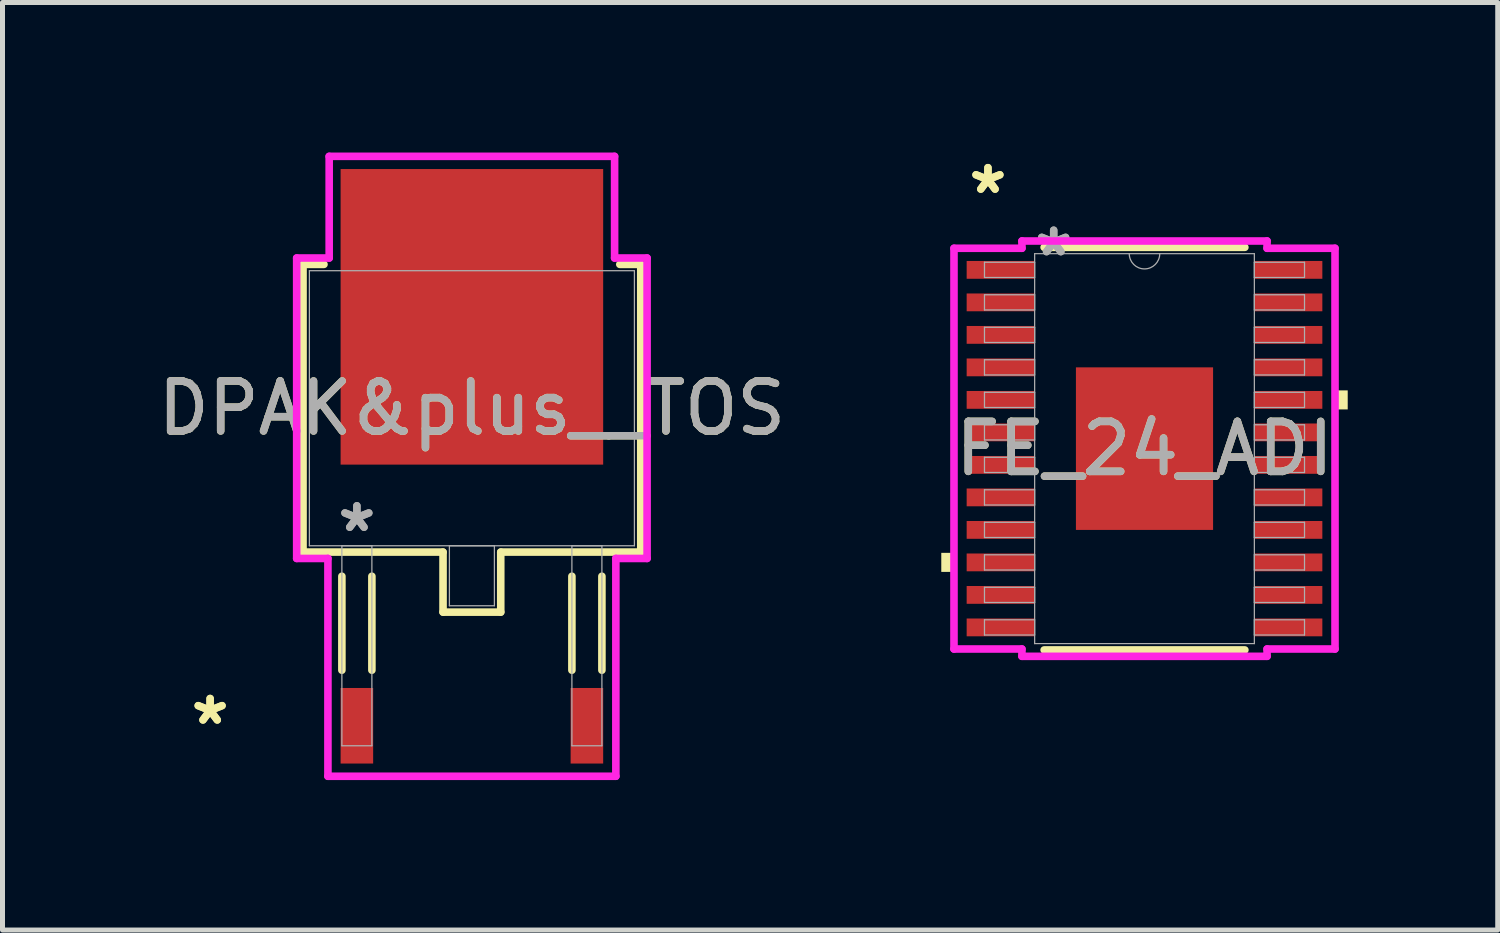
<source format=kicad_pcb>
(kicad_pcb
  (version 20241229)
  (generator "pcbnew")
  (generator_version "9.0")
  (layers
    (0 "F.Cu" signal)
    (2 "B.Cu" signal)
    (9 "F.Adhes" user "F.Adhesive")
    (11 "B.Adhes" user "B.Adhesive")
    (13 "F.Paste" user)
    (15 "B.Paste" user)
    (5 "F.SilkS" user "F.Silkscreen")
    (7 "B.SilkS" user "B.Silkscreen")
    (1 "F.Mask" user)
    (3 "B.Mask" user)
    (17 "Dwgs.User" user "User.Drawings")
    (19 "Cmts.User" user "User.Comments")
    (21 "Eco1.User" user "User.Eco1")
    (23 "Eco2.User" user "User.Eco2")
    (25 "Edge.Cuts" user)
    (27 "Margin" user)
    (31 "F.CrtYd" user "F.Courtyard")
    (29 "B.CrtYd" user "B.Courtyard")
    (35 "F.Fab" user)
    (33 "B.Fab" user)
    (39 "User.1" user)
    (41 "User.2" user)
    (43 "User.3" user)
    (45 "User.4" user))
  (footprint "FE_24_ADI"
    (layer "F.Cu")
    (at 19.838 5.922)
    (property "Reference" "FE_24_ADI" (at 0 0 0) (unlocked yes) (layer "F.SilkS") (effects (font (size 1 1) (thickness 0.15))))
    (attr smd)
    (fp_line (start -2.007 4.026) (end 2.007 4.026) (stroke (width 0.152) (type solid)) (layer "F.SilkS"))
    (fp_line (start 2.007 -4.026) (end -2.007 -4.026) (stroke (width 0.152) (type solid)) (layer "F.SilkS"))
    (fp_poly (pts (xy -4.064 2.084) (xy -4.064 2.465) (xy -3.81 2.465) (xy -3.81 2.084)) (stroke (width 0) (type solid)) (fill yes) (layer "F.SilkS"))
    (fp_poly (pts (xy 4.064 -1.165) (xy 4.064 -0.784) (xy 3.81 -0.784) (xy 3.81 -1.165)) (stroke (width 0) (type solid)) (fill yes) (layer "F.SilkS"))
    (fp_poly (pts (xy -1.272 -1.526) (xy -1.272 -0.1) (xy -0.1 -0.1) (xy -0.1 -1.526)) (stroke (width 0) (type solid)) (fill yes) (layer "F.Paste"))
    (fp_poly (pts (xy -1.272 0.1) (xy -1.272 1.526) (xy -0.1 1.526) (xy -0.1 0.1)) (stroke (width 0) (type solid)) (fill yes) (layer "F.Paste"))
    (fp_poly (pts (xy 0.1 -1.526) (xy 0.1 -0.1) (xy 1.272 -0.1) (xy 1.272 -1.526)) (stroke (width 0) (type solid)) (fill yes) (layer "F.Paste"))
    (fp_poly (pts (xy 0.1 0.1) (xy 0.1 1.526) (xy 1.272 1.526) (xy 1.272 0.1)) (stroke (width 0) (type solid)) (fill yes) (layer "F.Paste"))
    (fp_line (start -3.81 -4.007) (end -2.451 -4.007) (stroke (width 0.152) (type solid)) (layer "F.CrtYd"))
    (fp_line (start -3.81 4.007) (end -3.81 -4.007) (stroke (width 0.152) (type solid)) (layer "F.CrtYd"))
    (fp_line (start -3.81 4.007) (end -2.451 4.007) (stroke (width 0.152) (type solid)) (layer "F.CrtYd"))
    (fp_line (start -2.451 -4.153) (end 2.451 -4.153) (stroke (width 0.152) (type solid)) (layer "F.CrtYd"))
    (fp_line (start -2.451 -4.007) (end -2.451 -4.153) (stroke (width 0.152) (type solid)) (layer "F.CrtYd"))
    (fp_line (start -2.451 4.153) (end -2.451 4.007) (stroke (width 0.152) (type solid)) (layer "F.CrtYd"))
    (fp_line (start 2.451 -4.153) (end 2.451 -4.007) (stroke (width 0.152) (type solid)) (layer "F.CrtYd"))
    (fp_line (start 2.451 4.007) (end 2.451 4.153) (stroke (width 0.152) (type solid)) (layer "F.CrtYd"))
    (fp_line (start 2.451 4.153) (end -2.451 4.153) (stroke (width 0.152) (type solid)) (layer "F.CrtYd"))
    (fp_line (start 3.81 -4.007) (end 2.451 -4.007) (stroke (width 0.152) (type solid)) (layer "F.CrtYd"))
    (fp_line (start 3.81 -4.007) (end 3.81 4.007) (stroke (width 0.152) (type solid)) (layer "F.CrtYd"))
    (fp_line (start 3.81 4.007) (end 2.451 4.007) (stroke (width 0.152) (type solid)) (layer "F.CrtYd"))
    (fp_line (start -3.2 -3.727) (end -3.2 -3.423) (stroke (width 0.025) (type solid)) (layer "F.Fab"))
    (fp_line (start -3.2 -3.423) (end -2.197 -3.423) (stroke (width 0.025) (type solid)) (layer "F.Fab"))
    (fp_line (start -3.2 -3.077) (end -3.2 -2.773) (stroke (width 0.025) (type solid)) (layer "F.Fab"))
    (fp_line (start -3.2 -2.773) (end -2.197 -2.773) (stroke (width 0.025) (type solid)) (layer "F.Fab"))
    (fp_line (start -3.2 -2.427) (end -3.2 -2.123) (stroke (width 0.025) (type solid)) (layer "F.Fab"))
    (fp_line (start -3.2 -2.123) (end -2.197 -2.123) (stroke (width 0.025) (type solid)) (layer "F.Fab"))
    (fp_line (start -3.2 -1.777) (end -3.2 -1.473) (stroke (width 0.025) (type solid)) (layer "F.Fab"))
    (fp_line (start -3.2 -1.473) (end -2.197 -1.473) (stroke (width 0.025) (type solid)) (layer "F.Fab"))
    (fp_line (start -3.2 -1.127) (end -3.2 -0.823) (stroke (width 0.025) (type solid)) (layer "F.Fab"))
    (fp_line (start -3.2 -0.823) (end -2.197 -0.823) (stroke (width 0.025) (type solid)) (layer "F.Fab"))
    (fp_line (start -3.2 -0.477) (end -3.2 -0.173) (stroke (width 0.025) (type solid)) (layer "F.Fab"))
    (fp_line (start -3.2 -0.173) (end -2.197 -0.173) (stroke (width 0.025) (type solid)) (layer "F.Fab"))
    (fp_line (start -3.2 0.173) (end -3.2 0.477) (stroke (width 0.025) (type solid)) (layer "F.Fab"))
    (fp_line (start -3.2 0.477) (end -2.197 0.477) (stroke (width 0.025) (type solid)) (layer "F.Fab"))
    (fp_line (start -3.2 0.823) (end -3.2 1.127) (stroke (width 0.025) (type solid)) (layer "F.Fab"))
    (fp_line (start -3.2 1.127) (end -2.197 1.127) (stroke (width 0.025) (type solid)) (layer "F.Fab"))
    (fp_line (start -3.2 1.473) (end -3.2 1.777) (stroke (width 0.025) (type solid)) (layer "F.Fab"))
    (fp_line (start -3.2 1.777) (end -2.197 1.777) (stroke (width 0.025) (type solid)) (layer "F.Fab"))
    (fp_line (start -3.2 2.123) (end -3.2 2.427) (stroke (width 0.025) (type solid)) (layer "F.Fab"))
    (fp_line (start -3.2 2.427) (end -2.197 2.427) (stroke (width 0.025) (type solid)) (layer "F.Fab"))
    (fp_line (start -3.2 2.773) (end -3.2 3.077) (stroke (width 0.025) (type solid)) (layer "F.Fab"))
    (fp_line (start -3.2 3.077) (end -2.197 3.077) (stroke (width 0.025) (type solid)) (layer "F.Fab"))
    (fp_line (start -3.2 3.423) (end -3.2 3.727) (stroke (width 0.025) (type solid)) (layer "F.Fab"))
    (fp_line (start -3.2 3.727) (end -2.197 3.727) (stroke (width 0.025) (type solid)) (layer "F.Fab"))
    (fp_line (start -2.197 -3.899) (end -2.197 3.899) (stroke (width 0.025) (type solid)) (layer "F.Fab"))
    (fp_line (start -2.197 -3.727) (end -3.2 -3.727) (stroke (width 0.025) (type solid)) (layer "F.Fab"))
    (fp_line (start -2.197 -3.423) (end -2.197 -3.727) (stroke (width 0.025) (type solid)) (layer "F.Fab"))
    (fp_line (start -2.197 -3.077) (end -3.2 -3.077) (stroke (width 0.025) (type solid)) (layer "F.Fab"))
    (fp_line (start -2.197 -2.773) (end -2.197 -3.077) (stroke (width 0.025) (type solid)) (layer "F.Fab"))
    (fp_line (start -2.197 -2.427) (end -3.2 -2.427) (stroke (width 0.025) (type solid)) (layer "F.Fab"))
    (fp_line (start -2.197 -2.123) (end -2.197 -2.427) (stroke (width 0.025) (type solid)) (layer "F.Fab"))
    (fp_line (start -2.197 -1.777) (end -3.2 -1.777) (stroke (width 0.025) (type solid)) (layer "F.Fab"))
    (fp_line (start -2.197 -1.473) (end -2.197 -1.777) (stroke (width 0.025) (type solid)) (layer "F.Fab"))
    (fp_line (start -2.197 -1.127) (end -3.2 -1.127) (stroke (width 0.025) (type solid)) (layer "F.Fab"))
    (fp_line (start -2.197 -0.823) (end -2.197 -1.127) (stroke (width 0.025) (type solid)) (layer "F.Fab"))
    (fp_line (start -2.197 -0.477) (end -3.2 -0.477) (stroke (width 0.025) (type solid)) (layer "F.Fab"))
    (fp_line (start -2.197 -0.173) (end -2.197 -0.477) (stroke (width 0.025) (type solid)) (layer "F.Fab"))
    (fp_line (start -2.197 0.173) (end -3.2 0.173) (stroke (width 0.025) (type solid)) (layer "F.Fab"))
    (fp_line (start -2.197 0.477) (end -2.197 0.173) (stroke (width 0.025) (type solid)) (layer "F.Fab"))
    (fp_line (start -2.197 0.823) (end -3.2 0.823) (stroke (width 0.025) (type solid)) (layer "F.Fab"))
    (fp_line (start -2.197 1.127) (end -2.197 0.823) (stroke (width 0.025) (type solid)) (layer "F.Fab"))
    (fp_line (start -2.197 1.473) (end -3.2 1.473) (stroke (width 0.025) (type solid)) (layer "F.Fab"))
    (fp_line (start -2.197 1.777) (end -2.197 1.473) (stroke (width 0.025) (type solid)) (layer "F.Fab"))
    (fp_line (start -2.197 2.123) (end -3.2 2.123) (stroke (width 0.025) (type solid)) (layer "F.Fab"))
    (fp_line (start -2.197 2.427) (end -2.197 2.123) (stroke (width 0.025) (type solid)) (layer "F.Fab"))
    (fp_line (start -2.197 2.773) (end -3.2 2.773) (stroke (width 0.025) (type solid)) (layer "F.Fab"))
    (fp_line (start -2.197 3.077) (end -2.197 2.773) (stroke (width 0.025) (type solid)) (layer "F.Fab"))
    (fp_line (start -2.197 3.423) (end -3.2 3.423) (stroke (width 0.025) (type solid)) (layer "F.Fab"))
    (fp_line (start -2.197 3.727) (end -2.197 3.423) (stroke (width 0.025) (type solid)) (layer "F.Fab"))
    (fp_line (start -2.197 3.899) (end 2.197 3.899) (stroke (width 0.025) (type solid)) (layer "F.Fab"))
    (fp_line (start 2.197 -3.899) (end -2.197 -3.899) (stroke (width 0.025) (type solid)) (layer "F.Fab"))
    (fp_line (start 2.197 -3.727) (end 2.197 -3.423) (stroke (width 0.025) (type solid)) (layer "F.Fab"))
    (fp_line (start 2.197 -3.423) (end 3.2 -3.423) (stroke (width 0.025) (type solid)) (layer "F.Fab"))
    (fp_line (start 2.197 -3.077) (end 2.197 -2.773) (stroke (width 0.025) (type solid)) (layer "F.Fab"))
    (fp_line (start 2.197 -2.773) (end 3.2 -2.773) (stroke (width 0.025) (type solid)) (layer "F.Fab"))
    (fp_line (start 2.197 -2.427) (end 2.197 -2.123) (stroke (width 0.025) (type solid)) (layer "F.Fab"))
    (fp_line (start 2.197 -2.123) (end 3.2 -2.123) (stroke (width 0.025) (type solid)) (layer "F.Fab"))
    (fp_line (start 2.197 -1.777) (end 2.197 -1.473) (stroke (width 0.025) (type solid)) (layer "F.Fab"))
    (fp_line (start 2.197 -1.473) (end 3.2 -1.473) (stroke (width 0.025) (type solid)) (layer "F.Fab"))
    (fp_line (start 2.197 -1.127) (end 2.197 -0.823) (stroke (width 0.025) (type solid)) (layer "F.Fab"))
    (fp_line (start 2.197 -0.823) (end 3.2 -0.823) (stroke (width 0.025) (type solid)) (layer "F.Fab"))
    (fp_line (start 2.197 -0.477) (end 2.197 -0.173) (stroke (width 0.025) (type solid)) (layer "F.Fab"))
    (fp_line (start 2.197 -0.173) (end 3.2 -0.173) (stroke (width 0.025) (type solid)) (layer "F.Fab"))
    (fp_line (start 2.197 0.173) (end 2.197 0.477) (stroke (width 0.025) (type solid)) (layer "F.Fab"))
    (fp_line (start 2.197 0.477) (end 3.2 0.477) (stroke (width 0.025) (type solid)) (layer "F.Fab"))
    (fp_line (start 2.197 0.823) (end 2.197 1.127) (stroke (width 0.025) (type solid)) (layer "F.Fab"))
    (fp_line (start 2.197 1.127) (end 3.2 1.127) (stroke (width 0.025) (type solid)) (layer "F.Fab"))
    (fp_line (start 2.197 1.473) (end 2.197 1.777) (stroke (width 0.025) (type solid)) (layer "F.Fab"))
    (fp_line (start 2.197 1.777) (end 3.2 1.777) (stroke (width 0.025) (type solid)) (layer "F.Fab"))
    (fp_line (start 2.197 2.123) (end 2.197 2.427) (stroke (width 0.025) (type solid)) (layer "F.Fab"))
    (fp_line (start 2.197 2.427) (end 3.2 2.427) (stroke (width 0.025) (type solid)) (layer "F.Fab"))
    (fp_line (start 2.197 2.773) (end 2.197 3.077) (stroke (width 0.025) (type solid)) (layer "F.Fab"))
    (fp_line (start 2.197 3.077) (end 3.2 3.077) (stroke (width 0.025) (type solid)) (layer "F.Fab"))
    (fp_line (start 2.197 3.423) (end 2.197 3.727) (stroke (width 0.025) (type solid)) (layer "F.Fab"))
    (fp_line (start 2.197 3.727) (end 3.2 3.727) (stroke (width 0.025) (type solid)) (layer "F.Fab"))
    (fp_line (start 2.197 3.899) (end 2.197 -3.899) (stroke (width 0.025) (type solid)) (layer "F.Fab"))
    (fp_line (start 3.2 -3.727) (end 2.197 -3.727) (stroke (width 0.025) (type solid)) (layer "F.Fab"))
    (fp_line (start 3.2 -3.423) (end 3.2 -3.727) (stroke (width 0.025) (type solid)) (layer "F.Fab"))
    (fp_line (start 3.2 -3.077) (end 2.197 -3.077) (stroke (width 0.025) (type solid)) (layer "F.Fab"))
    (fp_line (start 3.2 -2.773) (end 3.2 -3.077) (stroke (width 0.025) (type solid)) (layer "F.Fab"))
    (fp_line (start 3.2 -2.427) (end 2.197 -2.427) (stroke (width 0.025) (type solid)) (layer "F.Fab"))
    (fp_line (start 3.2 -2.123) (end 3.2 -2.427) (stroke (width 0.025) (type solid)) (layer "F.Fab"))
    (fp_line (start 3.2 -1.777) (end 2.197 -1.777) (stroke (width 0.025) (type solid)) (layer "F.Fab"))
    (fp_line (start 3.2 -1.473) (end 3.2 -1.777) (stroke (width 0.025) (type solid)) (layer "F.Fab"))
    (fp_line (start 3.2 -1.127) (end 2.197 -1.127) (stroke (width 0.025) (type solid)) (layer "F.Fab"))
    (fp_line (start 3.2 -0.823) (end 3.2 -1.127) (stroke (width 0.025) (type solid)) (layer "F.Fab"))
    (fp_line (start 3.2 -0.477) (end 2.197 -0.477) (stroke (width 0.025) (type solid)) (layer "F.Fab"))
    (fp_line (start 3.2 -0.173) (end 3.2 -0.477) (stroke (width 0.025) (type solid)) (layer "F.Fab"))
    (fp_line (start 3.2 0.173) (end 2.197 0.173) (stroke (width 0.025) (type solid)) (layer "F.Fab"))
    (fp_line (start 3.2 0.477) (end 3.2 0.173) (stroke (width 0.025) (type solid)) (layer "F.Fab"))
    (fp_line (start 3.2 0.823) (end 2.197 0.823) (stroke (width 0.025) (type solid)) (layer "F.Fab"))
    (fp_line (start 3.2 1.127) (end 3.2 0.823) (stroke (width 0.025) (type solid)) (layer "F.Fab"))
    (fp_line (start 3.2 1.473) (end 2.197 1.473) (stroke (width 0.025) (type solid)) (layer "F.Fab"))
    (fp_line (start 3.2 1.777) (end 3.2 1.473) (stroke (width 0.025) (type solid)) (layer "F.Fab"))
    (fp_line (start 3.2 2.123) (end 2.197 2.123) (stroke (width 0.025) (type solid)) (layer "F.Fab"))
    (fp_line (start 3.2 2.427) (end 3.2 2.123) (stroke (width 0.025) (type solid)) (layer "F.Fab"))
    (fp_line (start 3.2 2.773) (end 2.197 2.773) (stroke (width 0.025) (type solid)) (layer "F.Fab"))
    (fp_line (start 3.2 3.077) (end 3.2 2.773) (stroke (width 0.025) (type solid)) (layer "F.Fab"))
    (fp_line (start 3.2 3.423) (end 2.197 3.423) (stroke (width 0.025) (type solid)) (layer "F.Fab"))
    (fp_line (start 3.2 3.727) (end 3.2 3.423) (stroke (width 0.025) (type solid)) (layer "F.Fab"))
    (fp_arc (start 0.3048 -3.8989) (mid 0 -3.5941) (end -0.3048 -3.8989) (stroke (width 0.0254) (type solid)) (layer "F.Fab"))
    (fp_text user "*" (at -3.131 -5.074 0) (unlocked yes) (layer "F.SilkS") (effects (font (size 1 1) (thickness 0.15))))
    (fp_text user "*" (at -3.131 -5.074 0) (layer "F.SilkS") (effects (font (size 1 1) (thickness 0.15))))
    (fp_text user "*" (at -1.816 -3.823 0) (layer "F.Fab") (effects (font (size 1 1) (thickness 0.15))))
    (fp_text user "${REFERENCE}" (at 0 0 0) (unlocked yes) (layer "F.Fab") (effects (font (size 1 1) (thickness 0.15))))
    (fp_text user "*" (at -1.816 -3.823 0) (unlocked yes) (layer "F.Fab") (effects (font (size 1 1) (thickness 0.15))))
    (pad "1" smd rect (at -2.877 -3.575) (size 1.359 0.356) (layers "F.Cu" "F.Mask" "F.Paste"))
    (pad "2" smd rect (at -2.877 -2.925) (size 1.359 0.356) (layers "F.Cu" "F.Mask" "F.Paste"))
    (pad "3" smd rect (at -2.877 -2.275) (size 1.359 0.356) (layers "F.Cu" "F.Mask" "F.Paste"))
    (pad "4" smd rect (at -2.877 -1.625) (size 1.359 0.356) (layers "F.Cu" "F.Mask" "F.Paste"))
    (pad "5" smd rect (at -2.877 -0.975) (size 1.359 0.356) (layers "F.Cu" "F.Mask" "F.Paste"))
    (pad "6" smd rect (at -2.877 -0.325) (size 1.359 0.356) (layers "F.Cu" "F.Mask" "F.Paste"))
    (pad "7" smd rect (at -2.877 0.325) (size 1.359 0.356) (layers "F.Cu" "F.Mask" "F.Paste"))
    (pad "8" smd rect (at -2.877 0.975) (size 1.359 0.356) (layers "F.Cu" "F.Mask" "F.Paste"))
    (pad "9" smd rect (at -2.877 1.625) (size 1.359 0.356) (layers "F.Cu" "F.Mask" "F.Paste"))
    (pad "10" smd rect (at -2.877 2.275) (size 1.359 0.356) (layers "F.Cu" "F.Mask" "F.Paste"))
    (pad "11" smd rect (at -2.877 2.925) (size 1.359 0.356) (layers "F.Cu" "F.Mask" "F.Paste"))
    (pad "12" smd rect (at -2.877 3.575) (size 1.359 0.356) (layers "F.Cu" "F.Mask" "F.Paste"))
    (pad "13" smd rect (at 2.877 3.575) (size 1.359 0.356) (layers "F.Cu" "F.Mask" "F.Paste"))
    (pad "14" smd rect (at 2.877 2.925) (size 1.359 0.356) (layers "F.Cu" "F.Mask" "F.Paste"))
    (pad "15" smd rect (at 2.877 2.275) (size 1.359 0.356) (layers "F.Cu" "F.Mask" "F.Paste"))
    (pad "16" smd rect (at 2.877 1.625) (size 1.359 0.356) (layers "F.Cu" "F.Mask" "F.Paste"))
    (pad "17" smd rect (at 2.877 0.975) (size 1.359 0.356) (layers "F.Cu" "F.Mask" "F.Paste"))
    (pad "18" smd rect (at 2.877 0.325) (size 1.359 0.356) (layers "F.Cu" "F.Mask" "F.Paste"))
    (pad "19" smd rect (at 2.877 -0.325) (size 1.359 0.356) (layers "F.Cu" "F.Mask" "F.Paste"))
    (pad "20" smd rect (at 2.877 -0.975) (size 1.359 0.356) (layers "F.Cu" "F.Mask" "F.Paste"))
    (pad "21" smd rect (at 2.877 -1.625) (size 1.359 0.356) (layers "F.Cu" "F.Mask" "F.Paste"))
    (pad "22" smd rect (at 2.877 -2.275) (size 1.359 0.356) (layers "F.Cu" "F.Mask" "F.Paste"))
    (pad "23" smd rect (at 2.877 -2.925) (size 1.359 0.356) (layers "F.Cu" "F.Mask" "F.Paste"))
    (pad "24" smd rect (at 2.877 -3.575) (size 1.359 0.356) (layers "F.Cu" "F.Mask" "F.Paste"))
    (pad "EPAD" smd rect (at 0 0) (size 2.743 3.251) (layers "F.Cu" "F.Mask")))
  (footprint "DPAK&plus__TOS"
    (layer "F.Cu")
    (at 6.387 5.114)
    (property "Reference" "DPAK&plus__TOS" (at 0 0 0) (unlocked yes) (layer "F.SilkS") (effects (font (size 1 1) (thickness 0.15))))
    (attr smd)
    (fp_line (start -3.377 -2.877) (end -3.377 2.877) (stroke (width 0.152) (type solid)) (layer "F.SilkS"))
    (fp_line (start -3.377 2.877) (end -0.577 2.877) (stroke (width 0.152) (type solid)) (layer "F.SilkS"))
    (fp_line (start -2.958 -2.877) (end -3.377 -2.877) (stroke (width 0.152) (type solid)) (layer "F.SilkS"))
    (fp_line (start -2.6 3.36) (end -2.6 5.239) (stroke (width 0.152) (type solid)) (layer "F.SilkS"))
    (fp_line (start -2 3.36) (end -2 5.239) (stroke (width 0.152) (type solid)) (layer "F.SilkS"))
    (fp_line (start -0.577 2.877) (end -0.577 4.077) (stroke (width 0.152) (type solid)) (layer "F.SilkS"))
    (fp_line (start -0.577 4.077) (end 0.577 4.077) (stroke (width 0.152) (type solid)) (layer "F.SilkS"))
    (fp_line (start 0.577 2.877) (end 3.377 2.877) (stroke (width 0.152) (type solid)) (layer "F.SilkS"))
    (fp_line (start 0.577 4.077) (end 0.577 2.877) (stroke (width 0.152) (type solid)) (layer "F.SilkS"))
    (fp_line (start 2 3.36) (end 2 5.239) (stroke (width 0.152) (type solid)) (layer "F.SilkS"))
    (fp_line (start 2.6 3.36) (end 2.6 5.239) (stroke (width 0.152) (type solid)) (layer "F.SilkS"))
    (fp_line (start 3.377 -2.877) (end 2.958 -2.877) (stroke (width 0.152) (type solid)) (layer "F.SilkS"))
    (fp_line (start 3.377 2.877) (end 3.377 -2.877) (stroke (width 0.152) (type solid)) (layer "F.SilkS"))
    (fp_line (start -3.504 -3.004) (end -2.854 -3.004) (stroke (width 0.152) (type solid)) (layer "F.CrtYd"))
    (fp_line (start -3.504 3.004) (end -3.504 -3.004) (stroke (width 0.152) (type solid)) (layer "F.CrtYd"))
    (fp_line (start -2.879 3.004) (end -3.504 3.004) (stroke (width 0.152) (type solid)) (layer "F.CrtYd"))
    (fp_line (start -2.879 7.36) (end -2.879 3.004) (stroke (width 0.152) (type solid)) (layer "F.CrtYd"))
    (fp_line (start -2.854 -5.037) (end 2.854 -5.037) (stroke (width 0.152) (type solid)) (layer "F.CrtYd"))
    (fp_line (start -2.854 -3.004) (end -2.854 -5.037) (stroke (width 0.152) (type solid)) (layer "F.CrtYd"))
    (fp_line (start 2.854 -5.037) (end 2.854 -3.004) (stroke (width 0.152) (type solid)) (layer "F.CrtYd"))
    (fp_line (start 2.854 -3.004) (end 3.504 -3.004) (stroke (width 0.152) (type solid)) (layer "F.CrtYd"))
    (fp_line (start 2.879 3.004) (end 2.879 7.36) (stroke (width 0.152) (type solid)) (layer "F.CrtYd"))
    (fp_line (start 2.879 7.36) (end -2.879 7.36) (stroke (width 0.152) (type solid)) (layer "F.CrtYd"))
    (fp_line (start 3.504 -3.004) (end 3.504 3.004) (stroke (width 0.152) (type solid)) (layer "F.CrtYd"))
    (fp_line (start 3.504 3.004) (end 2.879 3.004) (stroke (width 0.152) (type solid)) (layer "F.CrtYd"))
    (fp_line (start -3.25 -2.75) (end -3.25 2.75) (stroke (width 0.025) (type solid)) (layer "F.Fab"))
    (fp_line (start -3.25 2.75) (end 3.25 2.75) (stroke (width 0.025) (type solid)) (layer "F.Fab"))
    (fp_line (start -2.6 2.75) (end -2.6 6.75) (stroke (width 0.025) (type solid)) (layer "F.Fab"))
    (fp_line (start -2.6 6.75) (end -2 6.75) (stroke (width 0.025) (type solid)) (layer "F.Fab"))
    (fp_line (start -2 2.75) (end -2.6 2.75) (stroke (width 0.025) (type solid)) (layer "F.Fab"))
    (fp_line (start -2 6.75) (end -2 2.75) (stroke (width 0.025) (type solid)) (layer "F.Fab"))
    (fp_line (start -0.45 2.75) (end -0.45 3.95) (stroke (width 0.025) (type solid)) (layer "F.Fab"))
    (fp_line (start -0.45 3.95) (end 0.45 3.95) (stroke (width 0.025) (type solid)) (layer "F.Fab"))
    (fp_line (start 0.45 2.75) (end -0.45 2.75) (stroke (width 0.025) (type solid)) (layer "F.Fab"))
    (fp_line (start 0.45 3.95) (end 0.45 2.75) (stroke (width 0.025) (type solid)) (layer "F.Fab"))
    (fp_line (start 2 2.75) (end 2 6.75) (stroke (width 0.025) (type solid)) (layer "F.Fab"))
    (fp_line (start 2 6.75) (end 2.6 6.75) (stroke (width 0.025) (type solid)) (layer "F.Fab"))
    (fp_line (start 2.6 2.75) (end 2 2.75) (stroke (width 0.025) (type solid)) (layer "F.Fab"))
    (fp_line (start 2.6 6.75) (end 2.6 2.75) (stroke (width 0.025) (type solid)) (layer "F.Fab"))
    (fp_line (start 3.25 -2.75) (end -3.25 -2.75) (stroke (width 0.025) (type solid)) (layer "F.Fab"))
    (fp_line (start 3.25 2.75) (end 3.25 -2.75) (stroke (width 0.025) (type solid)) (layer "F.Fab"))
    (fp_text user "*" (at -5.235 6.35 0) (unlocked yes) (layer "F.SilkS") (effects (font (size 1 1) (thickness 0.15))))
    (fp_text user "*" (at -5.235 6.35 0) (layer "F.SilkS") (effects (font (size 1 1) (thickness 0.15))))
    (fp_text user "${REFERENCE}" (at 0 0 0) (unlocked yes) (layer "F.Fab") (effects (font (size 1 1) (thickness 0.15))))
    (fp_text user "*" (at -2.3 2.496 0) (unlocked yes) (layer "F.Fab") (effects (font (size 1 1) (thickness 0.15))))
    (fp_text user "*" (at -2.3 2.496 0) (layer "F.Fab") (effects (font (size 1 1) (thickness 0.15))))
    (pad "1" smd rect (at -2.3 6.35) (size 0.651 1.511) (layers "F.Cu" "F.Mask" "F.Paste"))
    (pad "2" smd rect (at 0 -1.828) (size 5.251 5.911) (layers "F.Cu" "F.Mask" "F.Paste"))
    (pad "3" smd rect (at 2.3 6.35) (size 0.651 1.511) (layers "F.Cu" "F.Mask" "F.Paste")))
  (gr_rect
    (start -3 -3)
    (end 26.902 15.549)
    (stroke (width 0.1) (type default))
    (fill no)
    (layer "Edge.Cuts")))
</source>
